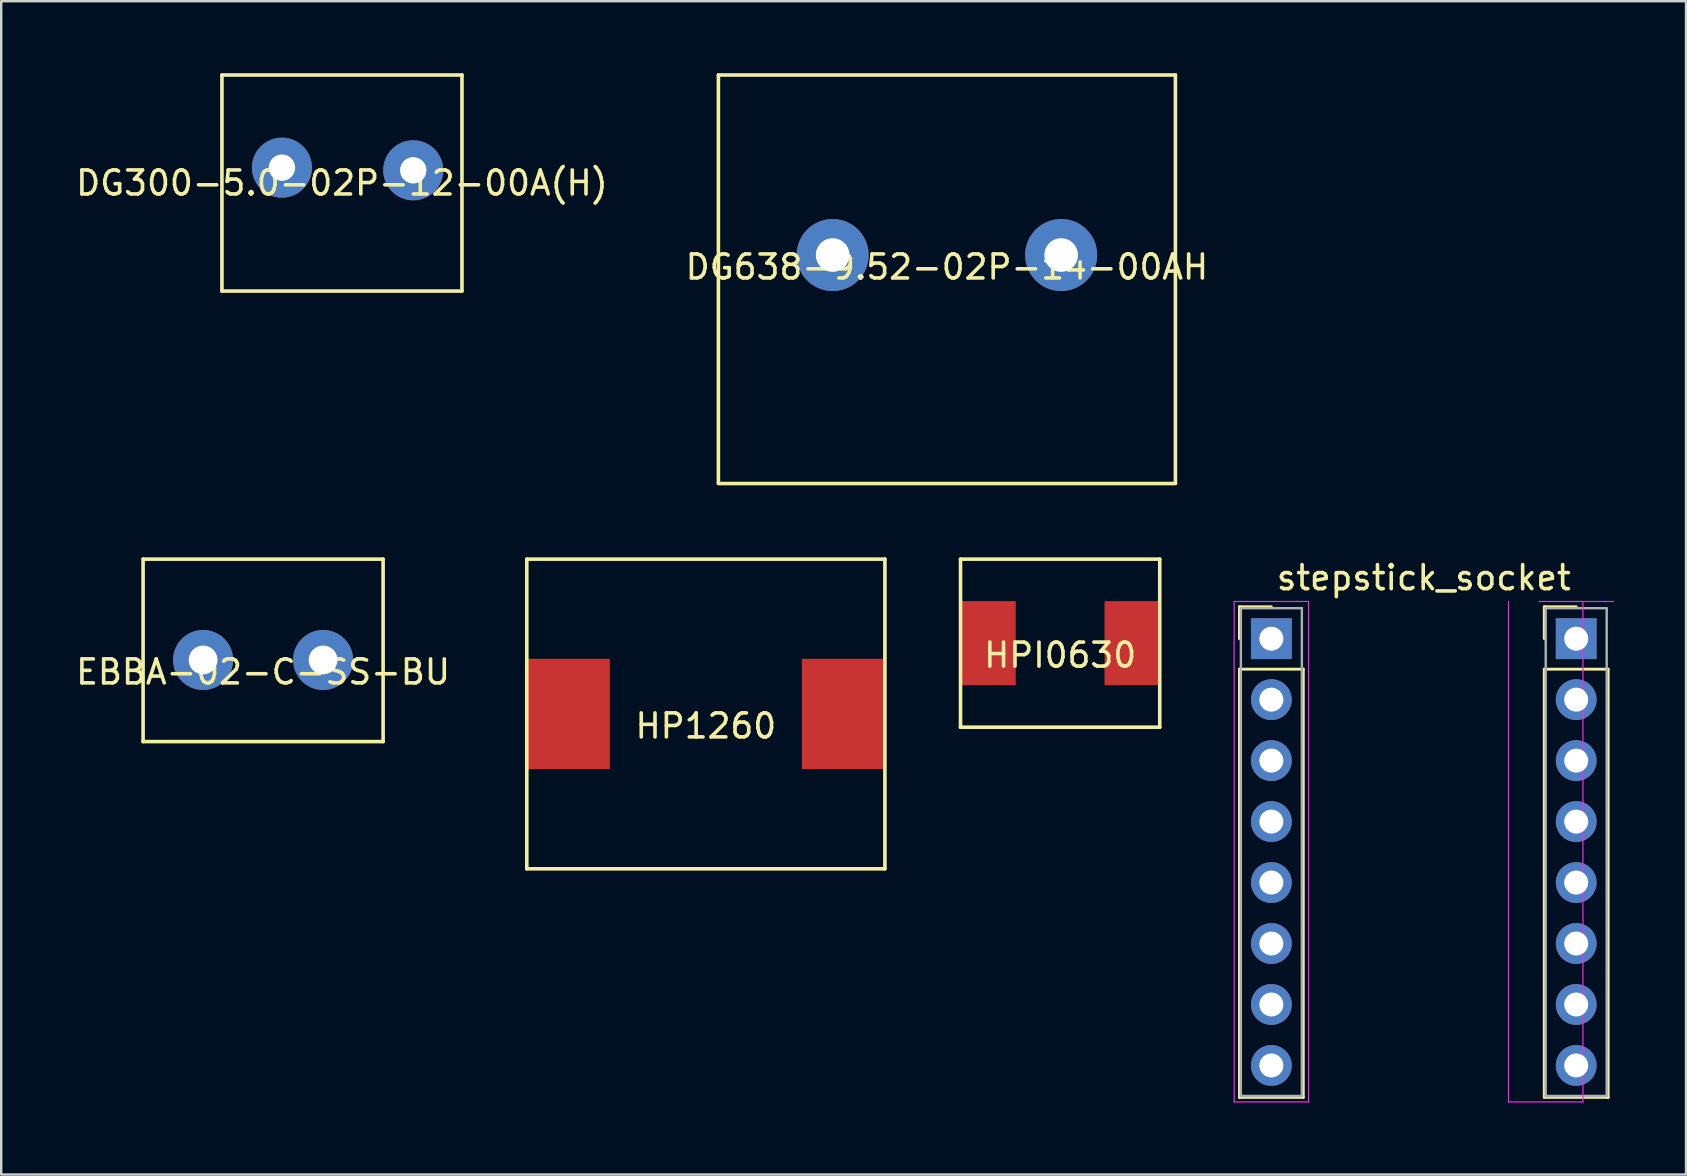
<source format=kicad_pcb>
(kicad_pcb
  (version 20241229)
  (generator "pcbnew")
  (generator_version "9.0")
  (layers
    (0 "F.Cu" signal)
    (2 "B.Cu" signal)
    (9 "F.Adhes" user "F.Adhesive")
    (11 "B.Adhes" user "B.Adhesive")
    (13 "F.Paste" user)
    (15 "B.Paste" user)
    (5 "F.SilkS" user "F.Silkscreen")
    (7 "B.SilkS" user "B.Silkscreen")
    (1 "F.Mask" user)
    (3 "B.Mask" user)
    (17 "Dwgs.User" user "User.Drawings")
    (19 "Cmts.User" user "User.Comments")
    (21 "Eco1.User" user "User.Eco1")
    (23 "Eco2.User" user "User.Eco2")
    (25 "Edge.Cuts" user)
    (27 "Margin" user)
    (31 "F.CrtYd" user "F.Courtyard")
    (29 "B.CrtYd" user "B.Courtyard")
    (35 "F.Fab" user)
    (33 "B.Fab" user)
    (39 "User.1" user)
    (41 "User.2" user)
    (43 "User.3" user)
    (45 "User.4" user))
  (footprint "HP1260"
    (layer "F.Cu")
    (at 26.356 26.695)
    (property "Reference" "HP1260" (at 0 0.5 0) (layer "F.SilkS") (effects (font (size 1 1) (thickness 0.15))))
    (attr through_hole)
    (fp_line (start -7.46 -6.45) (end -7.46 6.45) (stroke (width 0.15) (type solid)) (layer "F.SilkS"))
    (fp_line (start -7.46 6.45) (end 7.46 6.45) (stroke (width 0.15) (type solid)) (layer "F.SilkS"))
    (fp_line (start 7.46 -6.45) (end -7.46 -6.45) (stroke (width 0.15) (type solid)) (layer "F.SilkS"))
    (fp_line (start 7.46 6.45) (end 7.46 -6.45) (stroke (width 0.15) (type solid)) (layer "F.SilkS"))
    (pad "1" smd rect (at -5.75 0) (size 3.5 4.6) (layers "F.Cu" "F.Mask" "F.Paste"))
    (pad "2" smd rect (at 5.75 0) (size 3.5 4.6) (layers "F.Cu" "F.Mask" "F.Paste")))
  (footprint "DG638-9.52-02P-14-00AH"
    (layer "F.Cu")
    (at 36.399 7.575)
    (property "Reference" "DG638-9.52-02P-14-00AH" (at 0 0.5 0) (layer "F.SilkS") (effects (font (size 1 1) (thickness 0.15))))
    (attr through_hole)
    (fp_line (start -9.52 9.5) (end -9.52 -7.5) (stroke (width 0.15) (type solid)) (layer "F.SilkS"))
    (fp_line (start 9.52 -7.5) (end -9.52 -7.5) (stroke (width 0.15) (type solid)) (layer "F.SilkS"))
    (fp_line (start 9.52 9.5) (end 9.52 -7.5) (stroke (width 0.15) (type solid)) (layer "F.SilkS"))
    (fp_line (start 9.52 9.52) (end -9.52 9.52) (stroke (width 0.15) (type solid)) (layer "F.SilkS"))
    (pad "1" thru_hole circle (at -4.76 0) (size 3 3) (drill 1.4) (layers "*.Cu" "*.Mask"))
    (pad "1" thru_hole circle (at 4.76 0) (size 3 3) (drill 1.4) (layers "*.Cu" "*.Mask")))
  (footprint "stepstick_socket"
    (layer "F.Cu")
    (at 56.266 32.448)
    (property "Reference" "stepstick_socket" (at 0 -11.43 0) (layer "F.SilkS") (effects (font (size 1 1) (thickness 0.15))))
    (attr through_hole)
    (fp_line (start -7.68 -10.22) (end -6.35 -10.22) (stroke (width 0.12) (type solid)) (layer "F.SilkS"))
    (fp_line (start -7.68 -8.89) (end -7.68 -10.22) (stroke (width 0.12) (type solid)) (layer "F.SilkS"))
    (fp_line (start -7.68 -7.62) (end -7.68 10.22) (stroke (width 0.12) (type solid)) (layer "F.SilkS"))
    (fp_line (start -7.68 10.22) (end -5.02 10.22) (stroke (width 0.12) (type solid)) (layer "F.SilkS"))
    (fp_line (start -5.02 -7.62) (end -7.68 -7.62) (stroke (width 0.12) (type solid)) (layer "F.SilkS"))
    (fp_line (start -5.02 10.22) (end -5.02 -7.62) (stroke (width 0.12) (type solid)) (layer "F.SilkS"))
    (fp_line (start 5.02 -10.22) (end 6.35 -10.22) (stroke (width 0.12) (type solid)) (layer "F.SilkS"))
    (fp_line (start 5.02 -8.89) (end 5.02 -10.22) (stroke (width 0.12) (type solid)) (layer "F.SilkS"))
    (fp_line (start 5.02 -7.62) (end 5.02 10.22) (stroke (width 0.12) (type solid)) (layer "F.SilkS"))
    (fp_line (start 5.02 10.22) (end 7.68 10.22) (stroke (width 0.12) (type solid)) (layer "F.SilkS"))
    (fp_line (start 7.68 -7.62) (end 5.02 -7.62) (stroke (width 0.12) (type solid)) (layer "F.SilkS"))
    (fp_line (start 7.68 10.22) (end 7.68 -7.62) (stroke (width 0.12) (type solid)) (layer "F.SilkS"))
    (fp_line (start -7.9 -10.44) (end -7.9 10.41) (stroke (width 0.05) (type solid)) (layer "F.CrtYd"))
    (fp_line (start -7.9 10.41) (end -4.8 10.41) (stroke (width 0.05) (type solid)) (layer "F.CrtYd"))
    (fp_line (start -4.8 -10.44) (end -7.9 -10.44) (stroke (width 0.05) (type solid)) (layer "F.CrtYd"))
    (fp_line (start -4.8 10.41) (end -4.8 -10.44) (stroke (width 0.05) (type solid)) (layer "F.CrtYd"))
    (fp_line (start 3.53 -10.44) (end 3.53 10.41) (stroke (width 0.05) (type solid)) (layer "F.CrtYd"))
    (fp_line (start 3.53 10.41) (end 6.63 10.41) (stroke (width 0.05) (type solid)) (layer "F.CrtYd"))
    (fp_line (start 6.63 10.41) (end 6.63 -10.44) (stroke (width 0.05) (type solid)) (layer "F.CrtYd"))
    (fp_line (start 7.9 -10.44) (end 4.8 -10.44) (stroke (width 0.05) (type solid)) (layer "F.CrtYd"))
    (fp_line (start -7.62 -10.16) (end -7.62 10.16) (stroke (width 0.1) (type solid)) (layer "F.Fab"))
    (fp_line (start -7.62 10.16) (end -5.08 10.16) (stroke (width 0.1) (type solid)) (layer "F.Fab"))
    (fp_line (start -5.08 -10.16) (end -7.62 -10.16) (stroke (width 0.1) (type solid)) (layer "F.Fab"))
    (fp_line (start -5.08 10.16) (end -5.08 -10.16) (stroke (width 0.1) (type solid)) (layer "F.Fab"))
    (fp_line (start 5.08 -10.16) (end 5.08 10.16) (stroke (width 0.1) (type solid)) (layer "F.Fab"))
    (fp_line (start 5.08 10.16) (end 7.62 10.16) (stroke (width 0.1) (type solid)) (layer "F.Fab"))
    (fp_line (start 7.62 -10.16) (end 5.08 -10.16) (stroke (width 0.1) (type solid)) (layer "F.Fab"))
    (fp_line (start 7.62 10.16) (end 7.62 -10.16) (stroke (width 0.1) (type solid)) (layer "F.Fab"))
    (pad "1" thru_hole rect (at -6.35 -8.89) (size 1.7 1.7) (drill 1) (layers "*.Cu" "*.Mask"))
    (pad "2" thru_hole oval (at -6.35 -6.35) (size 1.7 1.7) (drill 1) (layers "*.Cu" "*.Mask"))
    (pad "3" thru_hole oval (at -6.35 -3.81) (size 1.7 1.7) (drill 1) (layers "*.Cu" "*.Mask"))
    (pad "4" thru_hole oval (at -6.35 -1.27) (size 1.7 1.7) (drill 1) (layers "*.Cu" "*.Mask"))
    (pad "5" thru_hole oval (at -6.35 1.27) (size 1.7 1.7) (drill 1) (layers "*.Cu" "*.Mask"))
    (pad "6" thru_hole oval (at -6.35 3.81) (size 1.7 1.7) (drill 1) (layers "*.Cu" "*.Mask"))
    (pad "7" thru_hole oval (at -6.35 6.35) (size 1.7 1.7) (drill 1) (layers "*.Cu" "*.Mask"))
    (pad "8" thru_hole oval (at -6.35 8.89) (size 1.7 1.7) (drill 1) (layers "*.Cu" "*.Mask"))
    (pad "9" thru_hole oval (at 6.35 8.89) (size 1.7 1.7) (drill 1) (layers "*.Cu" "*.Mask"))
    (pad "10" thru_hole oval (at 6.35 6.35) (size 1.7 1.7) (drill 1) (layers "*.Cu" "*.Mask"))
    (pad "11" thru_hole oval (at 6.35 3.81) (size 1.7 1.7) (drill 1) (layers "*.Cu" "*.Mask"))
    (pad "12" thru_hole oval (at 6.35 1.27) (size 1.7 1.7) (drill 1) (layers "*.Cu" "*.Mask"))
    (pad "13" thru_hole oval (at 6.35 -1.27) (size 1.7 1.7) (drill 1) (layers "*.Cu" "*.Mask"))
    (pad "14" thru_hole oval (at 6.35 -3.81) (size 1.7 1.7) (drill 1) (layers "*.Cu" "*.Mask"))
    (pad "15" thru_hole oval (at 6.35 -6.35) (size 1.7 1.7) (drill 1) (layers "*.Cu" "*.Mask"))
    (pad "16" thru_hole rect (at 6.35 -8.89) (size 1.7 1.7) (drill 1) (layers "*.Cu" "*.Mask")))
  (footprint "HPI0630"
    (layer "F.Cu")
    (at 41.116 23.745)
    (property "Reference" "HPI0630" (at 0 0.5 0) (layer "F.SilkS") (effects (font (size 1 1) (thickness 0.15))))
    (attr through_hole)
    (fp_line (start -4.15 3.5) (end -4.15 -3.5) (stroke (width 0.15) (type solid)) (layer "F.SilkS"))
    (fp_line (start 4.15 -3.5) (end -4.15 -3.5) (stroke (width 0.15) (type solid)) (layer "F.SilkS"))
    (fp_line (start 4.15 -3.5) (end 4.15 3.5) (stroke (width 0.15) (type solid)) (layer "F.SilkS"))
    (fp_line (start 4.15 3.5) (end -4.15 3.5) (stroke (width 0.15) (type solid)) (layer "F.SilkS"))
    (pad "1" smd rect (at 3 0) (size 2.3 3.5) (layers "F.Cu" "F.Mask" "F.Paste"))
    (pad "2" smd rect (at -3 0) (size 2.3 3.5) (layers "F.Cu" "F.Mask" "F.Paste")))
  (footprint "EBBA-02-C-SS-BU"
    (layer "F.Cu")
    (at 7.911 24.445)
    (property "Reference" "EBBA-02-C-SS-BU" (at 0 0.5 0) (layer "F.SilkS") (effects (font (size 1 1) (thickness 0.15))))
    (attr through_hole)
    (fp_line (start -5 -4.2) (end -5 3.4) (stroke (width 0.15) (type solid)) (layer "F.SilkS"))
    (fp_line (start 5 -4.2) (end -5 -4.2) (stroke (width 0.15) (type solid)) (layer "F.SilkS"))
    (fp_line (start 5 -4.2) (end 5 3.4) (stroke (width 0.15) (type solid)) (layer "F.SilkS"))
    (fp_line (start 5 3.4) (end -5 3.4) (stroke (width 0.15) (type solid)) (layer "F.SilkS"))
    (pad "1" thru_hole circle (at -2.5 0) (size 2.5 2.5) (drill 1.2) (layers "*.Cu" "*.Mask"))
    (pad "2" thru_hole circle (at 2.5 0) (size 2.5 2.5) (drill 1.2) (layers "*.Cu" "*.Mask")))
  (footprint "DG300-5.0-02P-12-00A(H)"
    (layer "F.Cu")
    (at 11.196 4.075)
    (property "Reference" "DG300-5.0-02P-12-00A(H)" (at 0 0.5 0) (layer "F.SilkS") (effects (font (size 1 1) (thickness 0.15))))
    (attr through_hole)
    (fp_line (start -5 -4) (end -5 5) (stroke (width 0.15) (type solid)) (layer "F.SilkS"))
    (fp_line (start -5 5) (end 5 5) (stroke (width 0.15) (type solid)) (layer "F.SilkS"))
    (fp_line (start 5 -4) (end -5 -4) (stroke (width 0.15) (type solid)) (layer "F.SilkS"))
    (fp_line (start 5 -4) (end 5 5) (stroke (width 0.15) (type solid)) (layer "F.SilkS"))
    (pad "1" thru_hole circle (at -2.5 -0.14) (size 2.5 2.5) (drill 1.1) (layers "*.Cu" "*.Mask"))
    (pad "2" thru_hole circle (at 2.97 -0.03) (size 2.5 2.5) (drill 1.1) (layers "*.Cu" "*.Mask")))
  (gr_rect
    (start -3 -3)
    (end 67.191 45.883)
    (stroke (width 0.1) (type default))
    (fill no)
    (layer "Edge.Cuts")))
</source>
